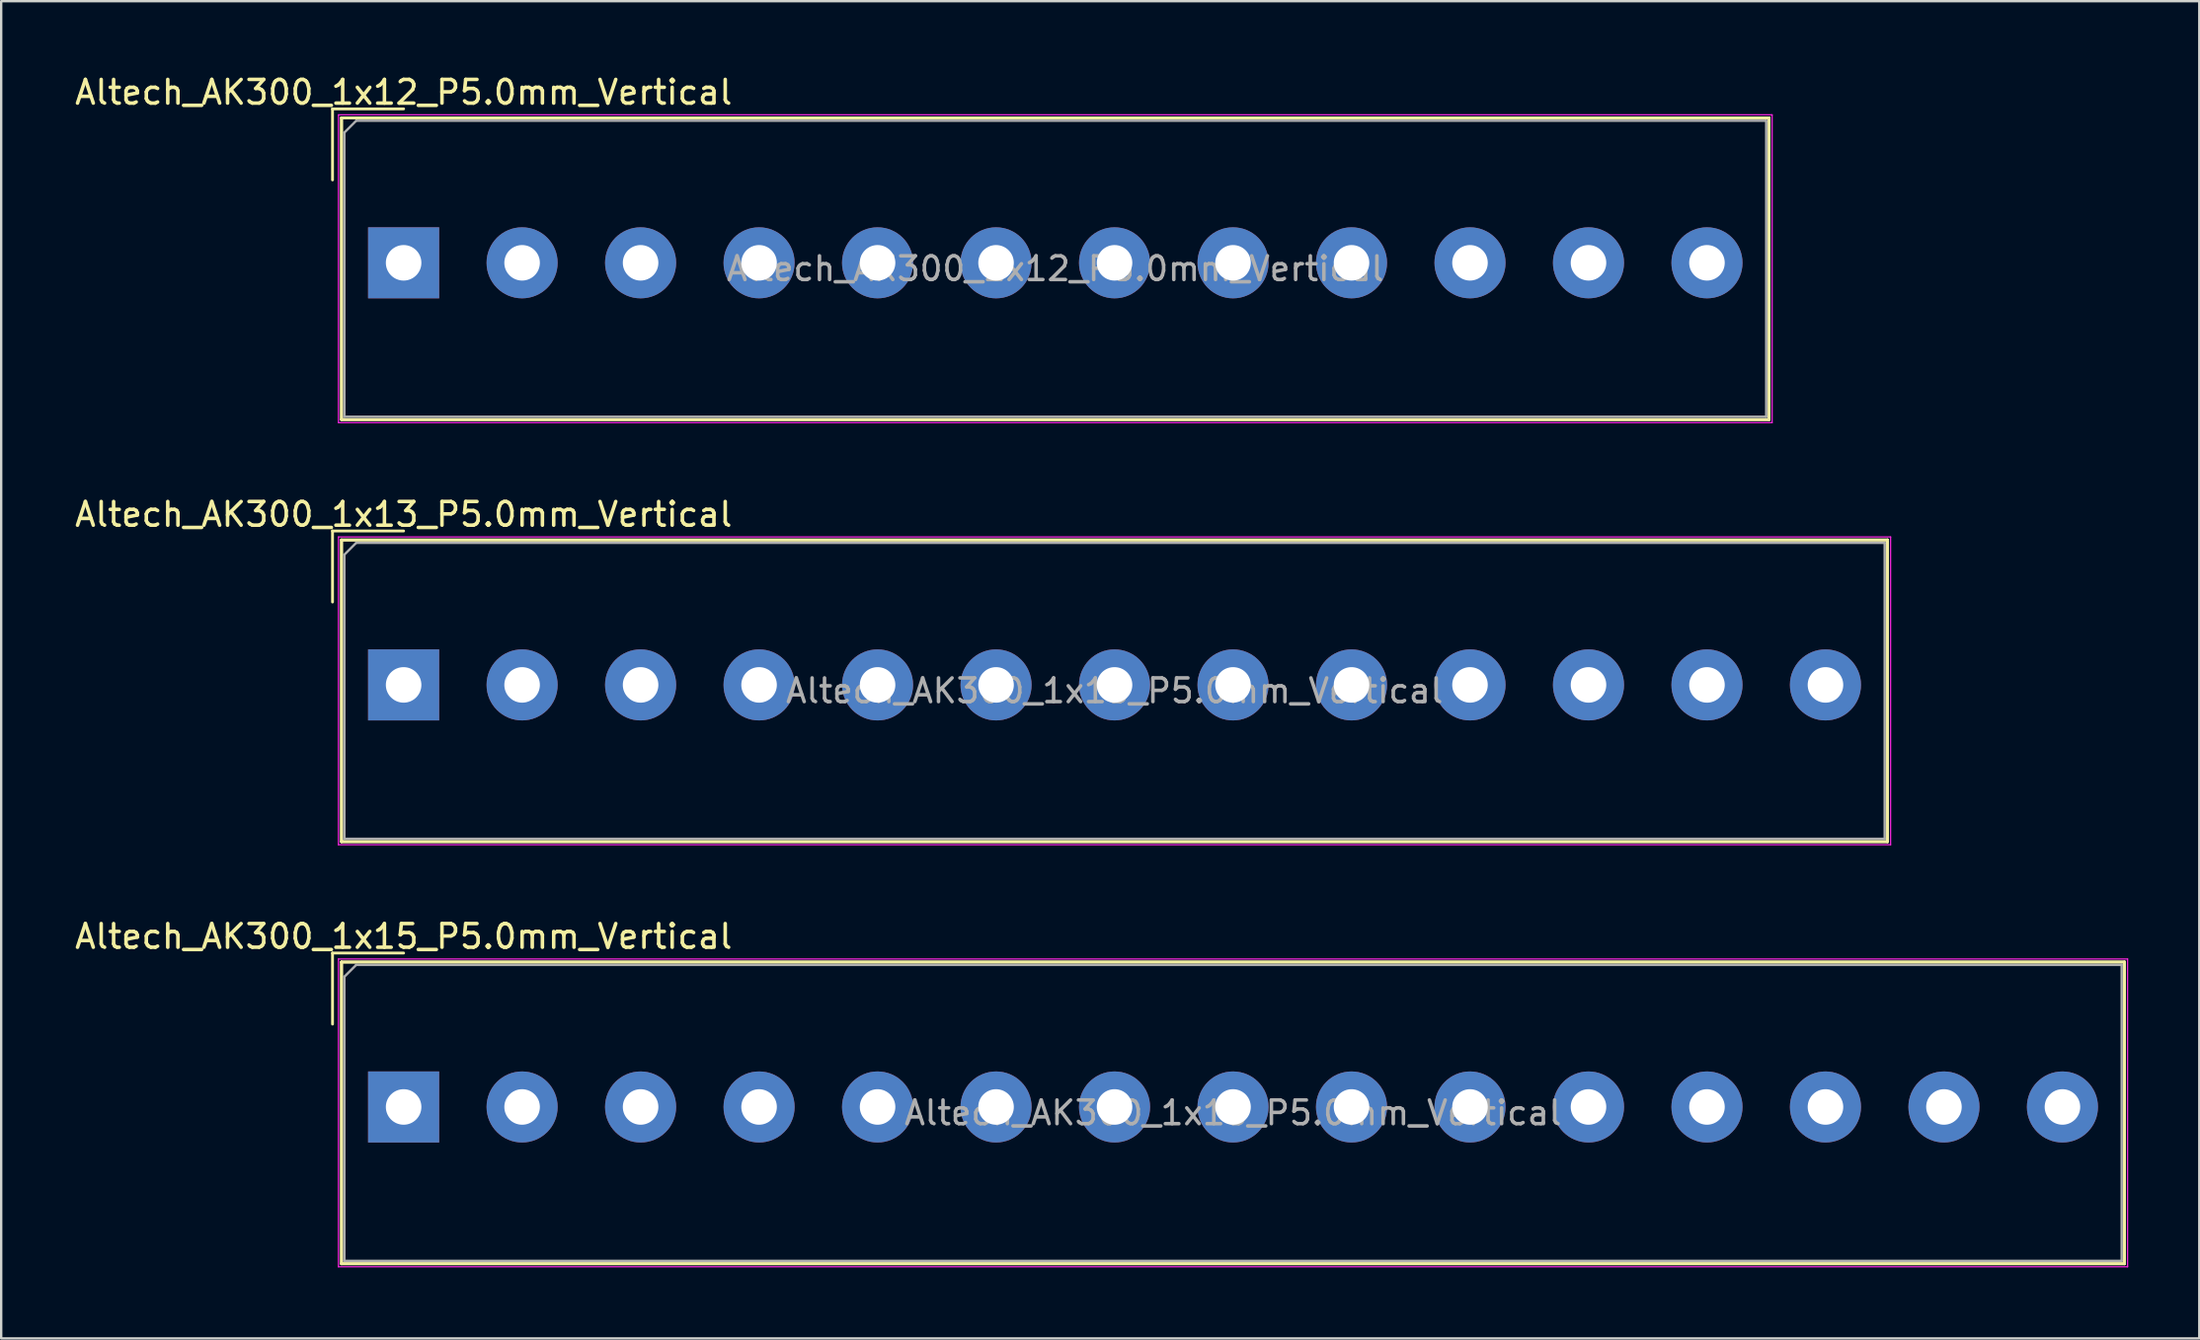
<source format=kicad_pcb>
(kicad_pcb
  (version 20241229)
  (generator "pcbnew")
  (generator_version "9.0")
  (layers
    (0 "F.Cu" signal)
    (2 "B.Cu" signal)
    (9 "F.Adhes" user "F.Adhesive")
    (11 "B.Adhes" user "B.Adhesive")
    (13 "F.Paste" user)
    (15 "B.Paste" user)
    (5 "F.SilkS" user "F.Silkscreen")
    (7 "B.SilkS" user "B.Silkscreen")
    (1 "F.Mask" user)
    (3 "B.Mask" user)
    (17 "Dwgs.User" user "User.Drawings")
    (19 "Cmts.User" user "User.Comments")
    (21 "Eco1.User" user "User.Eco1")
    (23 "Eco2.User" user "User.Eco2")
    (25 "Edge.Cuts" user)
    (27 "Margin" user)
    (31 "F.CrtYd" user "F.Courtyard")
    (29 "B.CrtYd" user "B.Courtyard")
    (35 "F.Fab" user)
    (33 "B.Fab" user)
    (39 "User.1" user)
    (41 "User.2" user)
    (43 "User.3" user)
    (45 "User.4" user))
  (footprint "Altech_AK300_1x12_P5.0mm_Vertical"
    (layer "F.Cu")
    (at 13.982 8.048)
    (property "Reference" "Altech_AK300_1x12_P5.0mm_Vertical" (at 0 -7.2 0) (layer "F.SilkS") (effects (font (size 1 1) (thickness 0.15))))
    (attr through_hole)
    (fp_line (start -3 -6.5) (end 0 -6.5) (stroke (width 0.12) (type solid)) (layer "F.SilkS"))
    (fp_line (start -3 -3.5) (end -3 -6.5) (stroke (width 0.12) (type solid)) (layer "F.SilkS"))
    (fp_line (start -2.62 -6.12) (end -2.62 6.62) (stroke (width 0.12) (type solid)) (layer "F.SilkS"))
    (fp_line (start -2.62 -6.12) (end -2.62 6.62) (stroke (width 0.12) (type solid)) (layer "F.SilkS"))
    (fp_line (start -2.62 -6.12) (end 57.62 -6.12) (stroke (width 0.12) (type solid)) (layer "F.SilkS"))
    (fp_line (start -2.62 -6.12) (end 57.62 -6.12) (stroke (width 0.12) (type solid)) (layer "F.SilkS"))
    (fp_line (start -2.62 6.62) (end 57.62 6.62) (stroke (width 0.12) (type solid)) (layer "F.SilkS"))
    (fp_line (start -2.62 6.62) (end 57.62 6.62) (stroke (width 0.12) (type solid)) (layer "F.SilkS"))
    (fp_line (start 57.62 -6.12) (end 57.62 6.62) (stroke (width 0.12) (type solid)) (layer "F.SilkS"))
    (fp_line (start 57.62 -6.12) (end 57.62 6.62) (stroke (width 0.12) (type solid)) (layer "F.SilkS"))
    (fp_line (start -2.75 -6.25) (end -2.75 6.75) (stroke (width 0.05) (type solid)) (layer "F.CrtYd"))
    (fp_line (start -2.75 -6.25) (end 57.75 -6.25) (stroke (width 0.05) (type solid)) (layer "F.CrtYd"))
    (fp_line (start -2.75 6.75) (end 57.75 6.75) (stroke (width 0.05) (type solid)) (layer "F.CrtYd"))
    (fp_line (start 57.75 -6.25) (end 57.75 6.75) (stroke (width 0.05) (type solid)) (layer "F.CrtYd"))
    (fp_line (start -2.5 -5.5) (end -2 -6) (stroke (width 0.1) (type solid)) (layer "F.Fab"))
    (fp_line (start -2.5 6.5) (end -2.5 -5.5) (stroke (width 0.1) (type solid)) (layer "F.Fab"))
    (fp_line (start -2 -6) (end 57.5 -6) (stroke (width 0.1) (type solid)) (layer "F.Fab"))
    (fp_line (start 57.5 -6) (end 57.5 6.5) (stroke (width 0.1) (type solid)) (layer "F.Fab"))
    (fp_line (start 57.5 6.5) (end -2.5 6.5) (stroke (width 0.1) (type solid)) (layer "F.Fab"))
    (fp_text user "${REFERENCE}" (at 27.5 0.25 0) (layer "F.Fab") (effects (font (size 1 1) (thickness 0.15))))
    (pad "1" thru_hole rect (at 0 0) (size 3 3) (drill 1.5) (layers "*.Cu" "*.Mask"))
    (pad "2" thru_hole circle (at 5 0) (size 3 3) (drill 1.5) (layers "*.Cu" "*.Mask"))
    (pad "3" thru_hole circle (at 10 0) (size 3 3) (drill 1.5) (layers "*.Cu" "*.Mask"))
    (pad "4" thru_hole circle (at 15 0) (size 3 3) (drill 1.5) (layers "*.Cu" "*.Mask"))
    (pad "5" thru_hole circle (at 20 0) (size 3 3) (drill 1.5) (layers "*.Cu" "*.Mask"))
    (pad "6" thru_hole circle (at 25 0) (size 3 3) (drill 1.5) (layers "*.Cu" "*.Mask"))
    (pad "7" thru_hole circle (at 30 0) (size 3 3) (drill 1.5) (layers "*.Cu" "*.Mask"))
    (pad "8" thru_hole circle (at 35 0) (size 3 3) (drill 1.5) (layers "*.Cu" "*.Mask"))
    (pad "9" thru_hole circle (at 40 0) (size 3 3) (drill 1.5) (layers "*.Cu" "*.Mask"))
    (pad "10" thru_hole circle (at 45 0) (size 3 3) (drill 1.5) (layers "*.Cu" "*.Mask"))
    (pad "11" thru_hole circle (at 50 0) (size 3 3) (drill 1.5) (layers "*.Cu" "*.Mask"))
    (pad "12" thru_hole circle (at 55 0) (size 3 3) (drill 1.5) (layers "*.Cu" "*.Mask")))
  (footprint "Altech_AK300_1x15_P5.0mm_Vertical"
    (layer "F.Cu")
    (at 13.982 43.695)
    (property "Reference" "Altech_AK300_1x15_P5.0mm_Vertical" (at 0 -7.2 0) (layer "F.SilkS") (effects (font (size 1 1) (thickness 0.15))))
    (attr through_hole)
    (fp_line (start -3 -6.5) (end 0 -6.5) (stroke (width 0.12) (type solid)) (layer "F.SilkS"))
    (fp_line (start -3 -3.5) (end -3 -6.5) (stroke (width 0.12) (type solid)) (layer "F.SilkS"))
    (fp_line (start -2.62 -6.12) (end -2.62 6.62) (stroke (width 0.12) (type solid)) (layer "F.SilkS"))
    (fp_line (start -2.62 -6.12) (end -2.62 6.62) (stroke (width 0.12) (type solid)) (layer "F.SilkS"))
    (fp_line (start -2.62 -6.12) (end 72.62 -6.12) (stroke (width 0.12) (type solid)) (layer "F.SilkS"))
    (fp_line (start -2.62 -6.12) (end 72.62 -6.12) (stroke (width 0.12) (type solid)) (layer "F.SilkS"))
    (fp_line (start -2.62 6.62) (end 72.62 6.62) (stroke (width 0.12) (type solid)) (layer "F.SilkS"))
    (fp_line (start -2.62 6.62) (end 72.62 6.62) (stroke (width 0.12) (type solid)) (layer "F.SilkS"))
    (fp_line (start 72.62 -6.12) (end 72.62 6.62) (stroke (width 0.12) (type solid)) (layer "F.SilkS"))
    (fp_line (start 72.62 -6.12) (end 72.62 6.62) (stroke (width 0.12) (type solid)) (layer "F.SilkS"))
    (fp_line (start -2.75 -6.25) (end -2.75 6.75) (stroke (width 0.05) (type solid)) (layer "F.CrtYd"))
    (fp_line (start -2.75 -6.25) (end 72.75 -6.25) (stroke (width 0.05) (type solid)) (layer "F.CrtYd"))
    (fp_line (start -2.75 6.75) (end 72.75 6.75) (stroke (width 0.05) (type solid)) (layer "F.CrtYd"))
    (fp_line (start 72.75 -6.25) (end 72.75 6.75) (stroke (width 0.05) (type solid)) (layer "F.CrtYd"))
    (fp_line (start -2.5 -5.5) (end -2 -6) (stroke (width 0.1) (type solid)) (layer "F.Fab"))
    (fp_line (start -2.5 6.5) (end -2.5 -5.5) (stroke (width 0.1) (type solid)) (layer "F.Fab"))
    (fp_line (start -2 -6) (end 72.5 -6) (stroke (width 0.1) (type solid)) (layer "F.Fab"))
    (fp_line (start 72.5 -6) (end 72.5 6.5) (stroke (width 0.1) (type solid)) (layer "F.Fab"))
    (fp_line (start 72.5 6.5) (end -2.5 6.5) (stroke (width 0.1) (type solid)) (layer "F.Fab"))
    (fp_text user "${REFERENCE}" (at 35 0.25 0) (layer "F.Fab") (effects (font (size 1 1) (thickness 0.15))))
    (pad "1" thru_hole rect (at 0 0) (size 3 3) (drill 1.5) (layers "*.Cu" "*.Mask"))
    (pad "2" thru_hole circle (at 5 0) (size 3 3) (drill 1.5) (layers "*.Cu" "*.Mask"))
    (pad "3" thru_hole circle (at 10 0) (size 3 3) (drill 1.5) (layers "*.Cu" "*.Mask"))
    (pad "4" thru_hole circle (at 15 0) (size 3 3) (drill 1.5) (layers "*.Cu" "*.Mask"))
    (pad "5" thru_hole circle (at 20 0) (size 3 3) (drill 1.5) (layers "*.Cu" "*.Mask"))
    (pad "6" thru_hole circle (at 25 0) (size 3 3) (drill 1.5) (layers "*.Cu" "*.Mask"))
    (pad "7" thru_hole circle (at 30 0) (size 3 3) (drill 1.5) (layers "*.Cu" "*.Mask"))
    (pad "8" thru_hole circle (at 35 0) (size 3 3) (drill 1.5) (layers "*.Cu" "*.Mask"))
    (pad "9" thru_hole circle (at 40 0) (size 3 3) (drill 1.5) (layers "*.Cu" "*.Mask"))
    (pad "10" thru_hole circle (at 45 0) (size 3 3) (drill 1.5) (layers "*.Cu" "*.Mask"))
    (pad "11" thru_hole circle (at 50 0) (size 3 3) (drill 1.5) (layers "*.Cu" "*.Mask"))
    (pad "12" thru_hole circle (at 55 0) (size 3 3) (drill 1.5) (layers "*.Cu" "*.Mask"))
    (pad "13" thru_hole circle (at 60 0) (size 3 3) (drill 1.5) (layers "*.Cu" "*.Mask"))
    (pad "14" thru_hole circle (at 65 0) (size 3 3) (drill 1.5) (layers "*.Cu" "*.Mask"))
    (pad "15" thru_hole circle (at 70 0) (size 3 3) (drill 1.5) (layers "*.Cu" "*.Mask")))
  (footprint "Altech_AK300_1x13_P5.0mm_Vertical"
    (layer "F.Cu")
    (at 13.982 25.872)
    (property "Reference" "Altech_AK300_1x13_P5.0mm_Vertical" (at 0 -7.2 0) (layer "F.SilkS") (effects (font (size 1 1) (thickness 0.15))))
    (attr through_hole)
    (fp_line (start -3 -6.5) (end 0 -6.5) (stroke (width 0.12) (type solid)) (layer "F.SilkS"))
    (fp_line (start -3 -3.5) (end -3 -6.5) (stroke (width 0.12) (type solid)) (layer "F.SilkS"))
    (fp_line (start -2.62 -6.12) (end -2.62 6.62) (stroke (width 0.12) (type solid)) (layer "F.SilkS"))
    (fp_line (start -2.62 -6.12) (end -2.62 6.62) (stroke (width 0.12) (type solid)) (layer "F.SilkS"))
    (fp_line (start -2.62 -6.12) (end 62.62 -6.12) (stroke (width 0.12) (type solid)) (layer "F.SilkS"))
    (fp_line (start -2.62 -6.12) (end 62.62 -6.12) (stroke (width 0.12) (type solid)) (layer "F.SilkS"))
    (fp_line (start -2.62 6.62) (end 62.62 6.62) (stroke (width 0.12) (type solid)) (layer "F.SilkS"))
    (fp_line (start -2.62 6.62) (end 62.62 6.62) (stroke (width 0.12) (type solid)) (layer "F.SilkS"))
    (fp_line (start 62.62 -6.12) (end 62.62 6.62) (stroke (width 0.12) (type solid)) (layer "F.SilkS"))
    (fp_line (start 62.62 -6.12) (end 62.62 6.62) (stroke (width 0.12) (type solid)) (layer "F.SilkS"))
    (fp_line (start -2.75 -6.25) (end -2.75 6.75) (stroke (width 0.05) (type solid)) (layer "F.CrtYd"))
    (fp_line (start -2.75 -6.25) (end 62.75 -6.25) (stroke (width 0.05) (type solid)) (layer "F.CrtYd"))
    (fp_line (start -2.75 6.75) (end 62.75 6.75) (stroke (width 0.05) (type solid)) (layer "F.CrtYd"))
    (fp_line (start 62.75 -6.25) (end 62.75 6.75) (stroke (width 0.05) (type solid)) (layer "F.CrtYd"))
    (fp_line (start -2.5 -5.5) (end -2 -6) (stroke (width 0.1) (type solid)) (layer "F.Fab"))
    (fp_line (start -2.5 6.5) (end -2.5 -5.5) (stroke (width 0.1) (type solid)) (layer "F.Fab"))
    (fp_line (start -2 -6) (end 62.5 -6) (stroke (width 0.1) (type solid)) (layer "F.Fab"))
    (fp_line (start 62.5 -6) (end 62.5 6.5) (stroke (width 0.1) (type solid)) (layer "F.Fab"))
    (fp_line (start 62.5 6.5) (end -2.5 6.5) (stroke (width 0.1) (type solid)) (layer "F.Fab"))
    (fp_text user "${REFERENCE}" (at 30 0.25 0) (layer "F.Fab") (effects (font (size 1 1) (thickness 0.15))))
    (pad "1" thru_hole rect (at 0 0) (size 3 3) (drill 1.5) (layers "*.Cu" "*.Mask"))
    (pad "2" thru_hole circle (at 5 0) (size 3 3) (drill 1.5) (layers "*.Cu" "*.Mask"))
    (pad "3" thru_hole circle (at 10 0) (size 3 3) (drill 1.5) (layers "*.Cu" "*.Mask"))
    (pad "4" thru_hole circle (at 15 0) (size 3 3) (drill 1.5) (layers "*.Cu" "*.Mask"))
    (pad "5" thru_hole circle (at 20 0) (size 3 3) (drill 1.5) (layers "*.Cu" "*.Mask"))
    (pad "6" thru_hole circle (at 25 0) (size 3 3) (drill 1.5) (layers "*.Cu" "*.Mask"))
    (pad "7" thru_hole circle (at 30 0) (size 3 3) (drill 1.5) (layers "*.Cu" "*.Mask"))
    (pad "8" thru_hole circle (at 35 0) (size 3 3) (drill 1.5) (layers "*.Cu" "*.Mask"))
    (pad "9" thru_hole circle (at 40 0) (size 3 3) (drill 1.5) (layers "*.Cu" "*.Mask"))
    (pad "10" thru_hole circle (at 45 0) (size 3 3) (drill 1.5) (layers "*.Cu" "*.Mask"))
    (pad "11" thru_hole circle (at 50 0) (size 3 3) (drill 1.5) (layers "*.Cu" "*.Mask"))
    (pad "12" thru_hole circle (at 55 0) (size 3 3) (drill 1.5) (layers "*.Cu" "*.Mask"))
    (pad "13" thru_hole circle (at 60 0) (size 3 3) (drill 1.5) (layers "*.Cu" "*.Mask")))
  (gr_rect
    (start -3 -3)
    (end 89.757 53.47)
    (stroke (width 0.1) (type default))
    (fill no)
    (layer "Edge.Cuts")))
</source>
